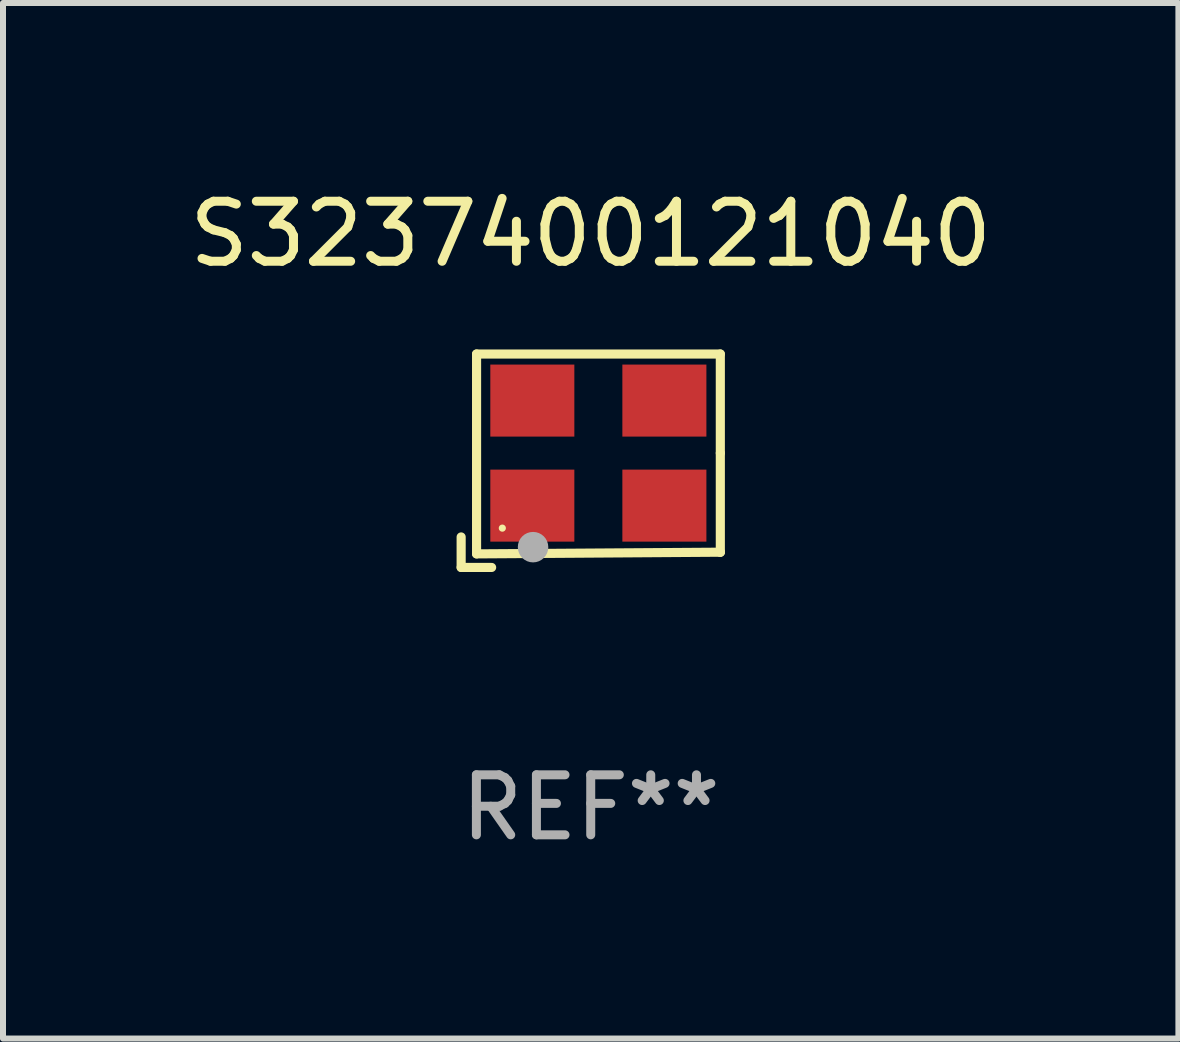
<source format=kicad_pcb>
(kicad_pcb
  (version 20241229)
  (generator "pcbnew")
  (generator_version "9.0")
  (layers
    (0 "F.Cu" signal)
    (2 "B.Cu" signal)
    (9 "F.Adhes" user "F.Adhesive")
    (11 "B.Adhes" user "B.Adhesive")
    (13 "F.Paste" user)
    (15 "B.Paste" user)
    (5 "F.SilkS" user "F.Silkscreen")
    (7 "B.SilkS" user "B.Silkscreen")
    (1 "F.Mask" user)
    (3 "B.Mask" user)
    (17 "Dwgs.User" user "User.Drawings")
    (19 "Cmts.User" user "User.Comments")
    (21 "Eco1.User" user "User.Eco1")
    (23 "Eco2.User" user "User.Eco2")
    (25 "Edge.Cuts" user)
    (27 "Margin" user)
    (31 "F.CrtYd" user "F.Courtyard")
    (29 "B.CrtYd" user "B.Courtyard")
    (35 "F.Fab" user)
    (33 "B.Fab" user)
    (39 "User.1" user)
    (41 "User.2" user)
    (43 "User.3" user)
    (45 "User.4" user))
  (footprint "S3237400121040"
    (layer "F.Cu")
    (at 6.792 4.626)
    (property "Reference" "S3237400121040" (at 0 -3.778 0) (layer "F.SilkS") (effects (font (size 1 1) (thickness 0.15))))
    (attr through_hole)
    (fp_line (start -2.159 1.27) (end -2.159 1.778) (stroke (width 0.152) (type solid)) (layer "F.SilkS"))
    (fp_line (start -2.159 1.778) (end -1.651 1.778) (stroke (width 0.152) (type solid)) (layer "F.SilkS"))
    (fp_line (start -1.902 -1.778) (end 2.159 -1.778) (stroke (width 0.152) (type solid)) (layer "F.SilkS"))
    (fp_line (start -1.902 1.552) (end -1.902 -1.778) (stroke (width 0.152) (type solid)) (layer "F.SilkS"))
    (fp_line (start 2.159 -1.778) (end 2.159 -0.127) (stroke (width 0.152) (type solid)) (layer "F.SilkS"))
    (fp_line (start 2.159 -0.127) (end 2.159 1.524) (stroke (width 0.152) (type solid)) (layer "F.SilkS"))
    (fp_line (start 2.159 1.524) (end -1.902 1.552) (stroke (width 0.152) (type solid)) (layer "F.SilkS"))
    (fp_line (start 2.159 1.524) (end 2.159 1.524) (stroke (width 0.152) (type solid)) (layer "F.SilkS"))
    (fp_circle (center -1.473 1.123) (end -1.443 1.123) (stroke (width 0.06) (type solid)) (fill no) (layer "F.SilkS"))
    (fp_circle (center -0.961 1.44) (end -0.834 1.44) (stroke (width 0.254) (type solid)) (fill no) (layer "F.Fab"))
    (fp_text user "REF**" (at 0 5.778 0) (layer "F.Fab") (effects (font (size 1 1) (thickness 0.15))))
    (pad "1" smd rect (at -0.973 0.748) (size 1.4 1.2) (layers "F.Cu" "F.Mask" "F.Paste"))
    (pad "2" smd rect (at 1.227 0.748) (size 1.4 1.2) (layers "F.Cu" "F.Mask" "F.Paste"))
    (pad "3" smd rect (at 1.227 -1.002) (size 1.4 1.2) (layers "F.Cu" "F.Mask" "F.Paste"))
    (pad "4" smd rect (at -0.973 -1.002) (size 1.4 1.2) (layers "F.Cu" "F.Mask" "F.Paste")))
  (gr_rect
    (start -3 -3)
    (end 16.583 14.253)
    (stroke (width 0.1) (type default))
    (fill no)
    (layer "Edge.Cuts")))
</source>
